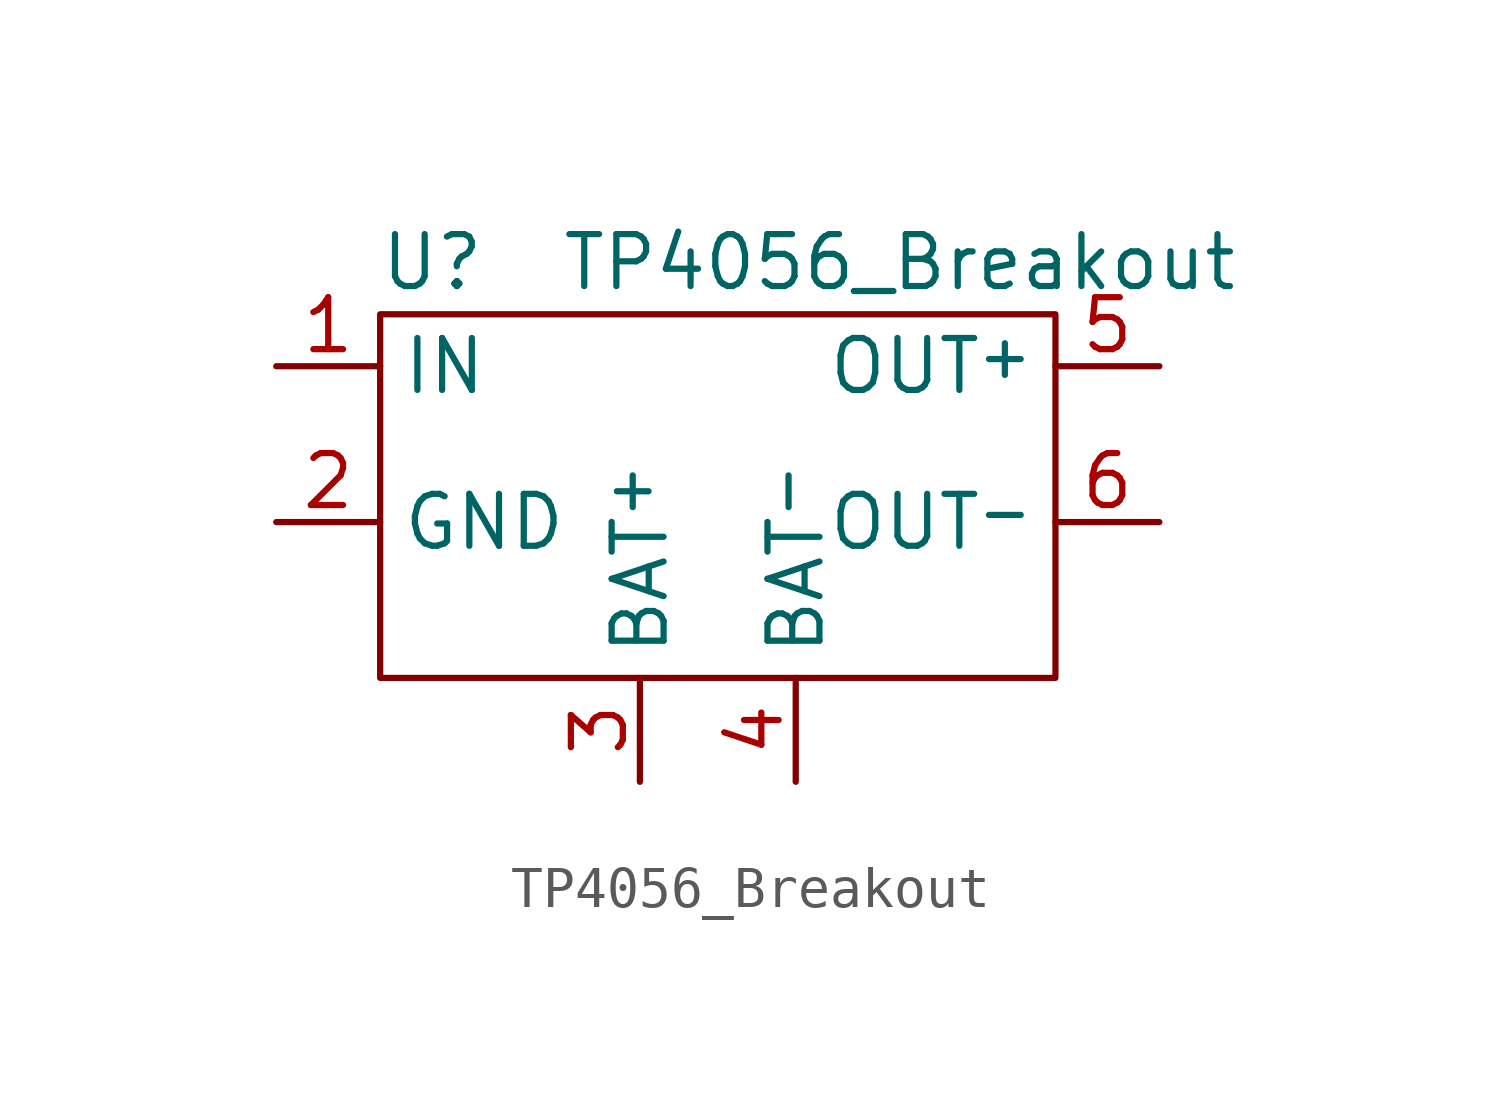
<source format=kicad_sym>
(kicad_symbol_lib
  (version 20211014)
  (generator kicad_symbol_editor)
  (symbol "TP4056_Breakout"
    (property "Reference" "U"
      (at 1.27 10.16 0)
      (effects (font (size 1.27 1.27))))
    (property "Value" "TP4056_Breakout"
      (at 12.7 10.16 0)
      (effects (font (size 1.27 1.27))))
    (symbol "TP4056_Breakout_0_1"
      (rectangle (start 0 8.89) (end 16.51 0) (stroke (width 0) (type default) (color 0 0 0 0)) (fill (type none))))
    (symbol "TP4056_Breakout_1_1"
      (pin power_in line (at -2.54 7.62 0) (length 2.54) (name "IN" (effects (font (size 1.27 1.27)))) (number "1" (effects (font (size 1.27 1.27)))))
      (pin power_in line (at -2.54 3.81 0) (length 2.54) (name "GND" (effects (font (size 1.27 1.27)))) (number "2" (effects (font (size 1.27 1.27)))))
      (pin power_out line (at 6.35 -2.54 90) (length 2.54) (name "BAT^{+}" (effects (font (size 1.27 1.27)))) (number "3" (effects (font (size 1.27 1.27)))))
      (pin power_out line (at 10.16 -2.54 90) (length 2.54) (name "BAT^{-}" (effects (font (size 1.27 1.27)))) (number "4" (effects (font (size 1.27 1.27)))))
      (pin power_out line (at 19.05 7.62 180) (length 2.54) (name "OUT^{+}" (effects (font (size 1.27 1.27)))) (number "5" (effects (font (size 1.27 1.27)))))
      (pin power_out line (at 19.05 3.81 180) (length 2.54) (name "OUT^{-}" (effects (font (size 1.27 1.27)))) (number "6" (effects (font (size 1.27 1.27))))))))
</source>
